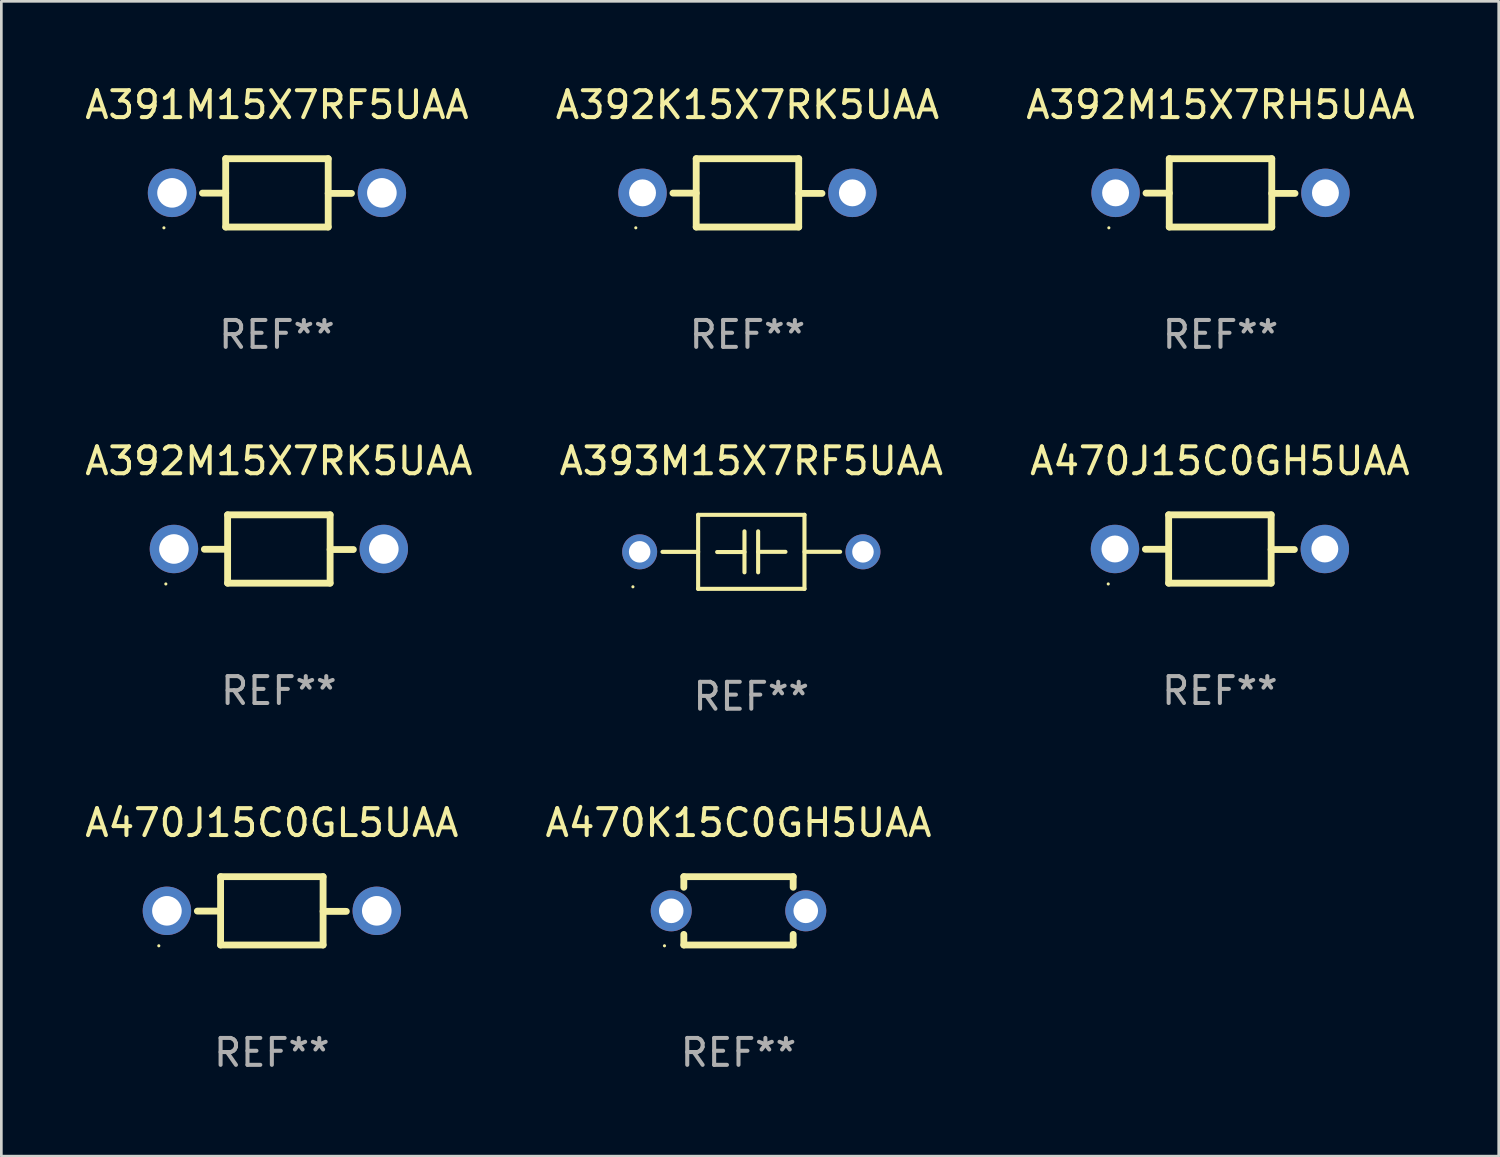
<source format=kicad_pcb>
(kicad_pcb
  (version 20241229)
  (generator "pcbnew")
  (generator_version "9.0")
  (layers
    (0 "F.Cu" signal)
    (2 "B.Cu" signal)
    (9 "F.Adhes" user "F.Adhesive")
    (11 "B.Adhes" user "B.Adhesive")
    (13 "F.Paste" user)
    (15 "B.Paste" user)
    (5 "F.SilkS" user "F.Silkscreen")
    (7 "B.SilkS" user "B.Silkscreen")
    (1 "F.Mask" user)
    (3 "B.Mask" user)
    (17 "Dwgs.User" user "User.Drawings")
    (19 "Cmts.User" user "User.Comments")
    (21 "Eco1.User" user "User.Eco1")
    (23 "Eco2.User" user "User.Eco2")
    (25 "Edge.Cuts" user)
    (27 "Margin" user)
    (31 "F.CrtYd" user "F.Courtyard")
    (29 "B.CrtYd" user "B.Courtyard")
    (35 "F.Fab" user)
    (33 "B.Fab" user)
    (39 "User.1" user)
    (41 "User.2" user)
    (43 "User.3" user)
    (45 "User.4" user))
  (footprint "A393M15X7RF5UAA"
    (layer "F.Cu")
    (at 24.875 17.461)
    (property "Reference" "A393M15X7RF5UAA" (at 0 -3.376 0) (layer "F.SilkS") (effects (font (size 1 1) (thickness 0.15))))
    (attr through_hole)
    (fp_line (start -1.976 -1.376) (end 1.976 -1.376) (stroke (width 0.152) (type solid)) (layer "F.SilkS"))
    (fp_line (start -1.976 0.001) (end -3.302 0.001) (stroke (width 0.152) (type solid)) (layer "F.SilkS"))
    (fp_line (start -1.976 1.376) (end -1.976 -1.376) (stroke (width 0.152) (type solid)) (layer "F.SilkS"))
    (fp_line (start -0.254 -0.762) (end -0.254 0.762) (stroke (width 0.152) (type solid)) (layer "F.SilkS"))
    (fp_line (start -0.254 0.007) (end -1.27 0.007) (stroke (width 0.152) (type solid)) (layer "F.SilkS"))
    (fp_line (start 0.254 -0.762) (end 0.254 0.762) (stroke (width 0.152) (type solid)) (layer "F.SilkS"))
    (fp_line (start 0.254 0) (end 1.27 0) (stroke (width 0.152) (type solid)) (layer "F.SilkS"))
    (fp_line (start 1.976 -1.376) (end 1.976 1.376) (stroke (width 0.152) (type solid)) (layer "F.SilkS"))
    (fp_line (start 1.976 -0.001) (end 3.302 -0.001) (stroke (width 0.152) (type solid)) (layer "F.SilkS"))
    (fp_line (start 1.976 1.376) (end -1.976 1.376) (stroke (width 0.152) (type solid)) (layer "F.SilkS"))
    (fp_circle (center -4.4 1.3) (end -4.37 1.3) (stroke (width 0.06) (type solid)) (fill no) (layer "F.SilkS"))
    (fp_text user "REF**" (at 0 5.376 0) (layer "F.Fab") (effects (font (size 1 1) (thickness 0.15))))
    (pad "1" thru_hole circle (at -4.15 0) (size 1.3 1.3) (drill 0.8) (layers "*.Cu" "*.Mask"))
    (pad "2" thru_hole circle (at 4.15 0) (size 1.3 1.3) (drill 0.8) (layers "*.Cu" "*.Mask")))
  (footprint "A392M15X7RK5UAA"
    (layer "F.Cu")
    (at 7.315 17.355)
    (property "Reference" "A392M15X7RK5UAA" (at 0 -3.27 0) (layer "F.SilkS") (effects (font (size 1 1) (thickness 0.15))))
    (attr through_hole)
    (fp_line (start -1.905 -1.27) (end -1.905 1.27) (stroke (width 0.254) (type solid)) (layer "F.SilkS"))
    (fp_line (start -1.905 0.01) (end -2.769 0.01) (stroke (width 0.254) (type solid)) (layer "F.SilkS"))
    (fp_line (start -1.905 1.27) (end 1.905 1.27) (stroke (width 0.254) (type solid)) (layer "F.SilkS"))
    (fp_line (start 1.905 -1.27) (end -1.905 -1.27) (stroke (width 0.254) (type solid)) (layer "F.SilkS"))
    (fp_line (start 1.905 0.02) (end 2.769 0.02) (stroke (width 0.254) (type solid)) (layer "F.SilkS"))
    (fp_line (start 1.905 1.27) (end 1.905 -1.27) (stroke (width 0.254) (type solid)) (layer "F.SilkS"))
    (fp_circle (center -4.201 1.3) (end -4.171 1.3) (stroke (width 0.06) (type solid)) (fill no) (layer "F.SilkS"))
    (fp_text user "REF**" (at 0 5.27 0) (layer "F.Fab") (effects (font (size 1 1) (thickness 0.15))))
    (pad "1" thru_hole circle (at -3.9 0) (size 1.8 1.8) (drill 1.1) (layers "*.Cu" "*.Mask"))
    (pad "2" thru_hole circle (at 3.9 0) (size 1.8 1.8) (drill 1.1) (layers "*.Cu" "*.Mask")))
  (footprint "A392K15X7RK5UAA"
    (layer "F.Cu")
    (at 24.732 4.118)
    (property "Reference" "A392K15X7RK5UAA" (at 0 -3.27 0) (layer "F.SilkS") (effects (font (size 1 1) (thickness 0.15))))
    (attr through_hole)
    (fp_line (start -1.905 -1.27) (end -1.905 1.27) (stroke (width 0.254) (type solid)) (layer "F.SilkS"))
    (fp_line (start -1.905 0.01) (end -2.769 0.01) (stroke (width 0.254) (type solid)) (layer "F.SilkS"))
    (fp_line (start -1.905 1.27) (end 1.905 1.27) (stroke (width 0.254) (type solid)) (layer "F.SilkS"))
    (fp_line (start 1.905 -1.27) (end -1.905 -1.27) (stroke (width 0.254) (type solid)) (layer "F.SilkS"))
    (fp_line (start 1.905 0.02) (end 2.769 0.02) (stroke (width 0.254) (type solid)) (layer "F.SilkS"))
    (fp_line (start 1.905 1.27) (end 1.905 -1.27) (stroke (width 0.254) (type solid)) (layer "F.SilkS"))
    (fp_circle (center -4.15 1.3) (end -4.12 1.3) (stroke (width 0.06) (type solid)) (fill no) (layer "F.SilkS"))
    (fp_text user "REF**" (at 0 5.27 0) (layer "F.Fab") (effects (font (size 1 1) (thickness 0.15))))
    (pad "1" thru_hole circle (at -3.9 0) (size 1.8 1.8) (drill 1) (layers "*.Cu" "*.Mask"))
    (pad "2" thru_hole circle (at 3.9 0) (size 1.8 1.8) (drill 1) (layers "*.Cu" "*.Mask")))
  (footprint "A470J15C0GL5UAA"
    (layer "F.Cu")
    (at 7.054 30.804)
    (property "Reference" "A470J15C0GL5UAA" (at 0 -3.27 0) (layer "F.SilkS") (effects (font (size 1 1) (thickness 0.15))))
    (attr through_hole)
    (fp_line (start -1.905 -1.27) (end -1.905 1.27) (stroke (width 0.254) (type solid)) (layer "F.SilkS"))
    (fp_line (start -1.905 0.01) (end -2.769 0.01) (stroke (width 0.254) (type solid)) (layer "F.SilkS"))
    (fp_line (start -1.905 1.27) (end 1.905 1.27) (stroke (width 0.254) (type solid)) (layer "F.SilkS"))
    (fp_line (start 1.905 -1.27) (end -1.905 -1.27) (stroke (width 0.254) (type solid)) (layer "F.SilkS"))
    (fp_line (start 1.905 0.02) (end 2.769 0.02) (stroke (width 0.254) (type solid)) (layer "F.SilkS"))
    (fp_line (start 1.905 1.27) (end 1.905 -1.27) (stroke (width 0.254) (type solid)) (layer "F.SilkS"))
    (fp_circle (center -4.201 1.3) (end -4.171 1.3) (stroke (width 0.06) (type solid)) (fill no) (layer "F.SilkS"))
    (fp_text user "REF**" (at 0 5.27 0) (layer "F.Fab") (effects (font (size 1 1) (thickness 0.15))))
    (pad "1" thru_hole circle (at -3.9 0) (size 1.8 1.8) (drill 1.1) (layers "*.Cu" "*.Mask"))
    (pad "2" thru_hole circle (at 3.9 0) (size 1.8 1.8) (drill 1.1) (layers "*.Cu" "*.Mask")))
  (footprint "A391M15X7RF5UAA"
    (layer "F.Cu")
    (at 7.244 4.118)
    (property "Reference" "A391M15X7RF5UAA" (at 0 -3.27 0) (layer "F.SilkS") (effects (font (size 1 1) (thickness 0.15))))
    (attr through_hole)
    (fp_line (start -1.905 -1.27) (end -1.905 1.27) (stroke (width 0.254) (type solid)) (layer "F.SilkS"))
    (fp_line (start -1.905 0.01) (end -2.769 0.01) (stroke (width 0.254) (type solid)) (layer "F.SilkS"))
    (fp_line (start -1.905 1.27) (end 1.905 1.27) (stroke (width 0.254) (type solid)) (layer "F.SilkS"))
    (fp_line (start 1.905 -1.27) (end -1.905 -1.27) (stroke (width 0.254) (type solid)) (layer "F.SilkS"))
    (fp_line (start 1.905 0.02) (end 2.769 0.02) (stroke (width 0.254) (type solid)) (layer "F.SilkS"))
    (fp_line (start 1.905 1.27) (end 1.905 -1.27) (stroke (width 0.254) (type solid)) (layer "F.SilkS"))
    (fp_circle (center -4.201 1.3) (end -4.171 1.3) (stroke (width 0.06) (type solid)) (fill no) (layer "F.SilkS"))
    (fp_text user "REF**" (at 0 5.27 0) (layer "F.Fab") (effects (font (size 1 1) (thickness 0.15))))
    (pad "1" thru_hole circle (at -3.9 0) (size 1.8 1.8) (drill 1.1) (layers "*.Cu" "*.Mask"))
    (pad "2" thru_hole circle (at 3.9 0) (size 1.8 1.8) (drill 1.1) (layers "*.Cu" "*.Mask")))
  (footprint "A470K15C0GH5UAA"
    (layer "F.Cu")
    (at 24.399 30.804)
    (property "Reference" "A470K15C0GH5UAA" (at 0 -3.27 0) (layer "F.SilkS") (effects (font (size 1 1) (thickness 0.15))))
    (attr through_hole)
    (fp_line (start -2.032 -1.27) (end -2.032 -0.876) (stroke (width 0.254) (type solid)) (layer "F.SilkS"))
    (fp_line (start -2.032 0.876) (end -2.032 1.27) (stroke (width 0.254) (type solid)) (layer "F.SilkS"))
    (fp_line (start -2.032 1.27) (end 2.032 1.27) (stroke (width 0.254) (type solid)) (layer "F.SilkS"))
    (fp_line (start 2.032 -1.27) (end -2.032 -1.27) (stroke (width 0.254) (type solid)) (layer "F.SilkS"))
    (fp_line (start 2.032 -0.876) (end 2.032 -1.27) (stroke (width 0.254) (type solid)) (layer "F.SilkS"))
    (fp_line (start 2.032 1.27) (end 2.032 0.876) (stroke (width 0.254) (type solid)) (layer "F.SilkS"))
    (fp_circle (center -2.751 1.3) (end -2.721 1.3) (stroke (width 0.06) (type solid)) (fill no) (layer "F.SilkS"))
    (fp_text user "REF**" (at 0 5.27 0) (layer "F.Fab") (effects (font (size 1 1) (thickness 0.15))))
    (pad "1" thru_hole circle (at -2.5 0) (size 1.524 1.524) (drill 0.914) (layers "*.Cu" "*.Mask"))
    (pad "2" thru_hole circle (at 2.5 0) (size 1.524 1.524) (drill 0.914) (layers "*.Cu" "*.Mask")))
  (footprint "A392M15X7RH5UAA"
    (layer "F.Cu")
    (at 42.315 4.118)
    (property "Reference" "A392M15X7RH5UAA" (at 0 -3.27 0) (layer "F.SilkS") (effects (font (size 1 1) (thickness 0.15))))
    (attr through_hole)
    (fp_line (start -1.905 -1.27) (end -1.905 1.27) (stroke (width 0.254) (type solid)) (layer "F.SilkS"))
    (fp_line (start -1.905 0.01) (end -2.769 0.01) (stroke (width 0.254) (type solid)) (layer "F.SilkS"))
    (fp_line (start -1.905 1.27) (end 1.905 1.27) (stroke (width 0.254) (type solid)) (layer "F.SilkS"))
    (fp_line (start 1.905 -1.27) (end -1.905 -1.27) (stroke (width 0.254) (type solid)) (layer "F.SilkS"))
    (fp_line (start 1.905 0.02) (end 2.769 0.02) (stroke (width 0.254) (type solid)) (layer "F.SilkS"))
    (fp_line (start 1.905 1.27) (end 1.905 -1.27) (stroke (width 0.254) (type solid)) (layer "F.SilkS"))
    (fp_circle (center -4.15 1.3) (end -4.12 1.3) (stroke (width 0.06) (type solid)) (fill no) (layer "F.SilkS"))
    (fp_text user "REF**" (at 0 5.27 0) (layer "F.Fab") (effects (font (size 1 1) (thickness 0.15))))
    (pad "1" thru_hole circle (at -3.9 0) (size 1.8 1.8) (drill 1) (layers "*.Cu" "*.Mask"))
    (pad "2" thru_hole circle (at 3.9 0) (size 1.8 1.8) (drill 1) (layers "*.Cu" "*.Mask")))
  (footprint "A470J15C0GH5UAA"
    (layer "F.Cu")
    (at 42.292 17.355)
    (property "Reference" "A470J15C0GH5UAA" (at 0 -3.27 0) (layer "F.SilkS") (effects (font (size 1 1) (thickness 0.15))))
    (attr through_hole)
    (fp_line (start -1.905 -1.27) (end -1.905 1.27) (stroke (width 0.254) (type solid)) (layer "F.SilkS"))
    (fp_line (start -1.905 0.01) (end -2.769 0.01) (stroke (width 0.254) (type solid)) (layer "F.SilkS"))
    (fp_line (start -1.905 1.27) (end 1.905 1.27) (stroke (width 0.254) (type solid)) (layer "F.SilkS"))
    (fp_line (start 1.905 -1.27) (end -1.905 -1.27) (stroke (width 0.254) (type solid)) (layer "F.SilkS"))
    (fp_line (start 1.905 0.02) (end 2.769 0.02) (stroke (width 0.254) (type solid)) (layer "F.SilkS"))
    (fp_line (start 1.905 1.27) (end 1.905 -1.27) (stroke (width 0.254) (type solid)) (layer "F.SilkS"))
    (fp_circle (center -4.15 1.3) (end -4.12 1.3) (stroke (width 0.06) (type solid)) (fill no) (layer "F.SilkS"))
    (fp_text user "REF**" (at 0 5.27 0) (layer "F.Fab") (effects (font (size 1 1) (thickness 0.15))))
    (pad "1" thru_hole circle (at -3.9 0) (size 1.8 1.8) (drill 1) (layers "*.Cu" "*.Mask"))
    (pad "2" thru_hole circle (at 3.9 0) (size 1.8 1.8) (drill 1) (layers "*.Cu" "*.Mask")))
  (gr_rect
    (start -3 -3)
    (end 52.655 39.922)
    (stroke (width 0.1) (type default))
    (fill no)
    (layer "Edge.Cuts")))
</source>
